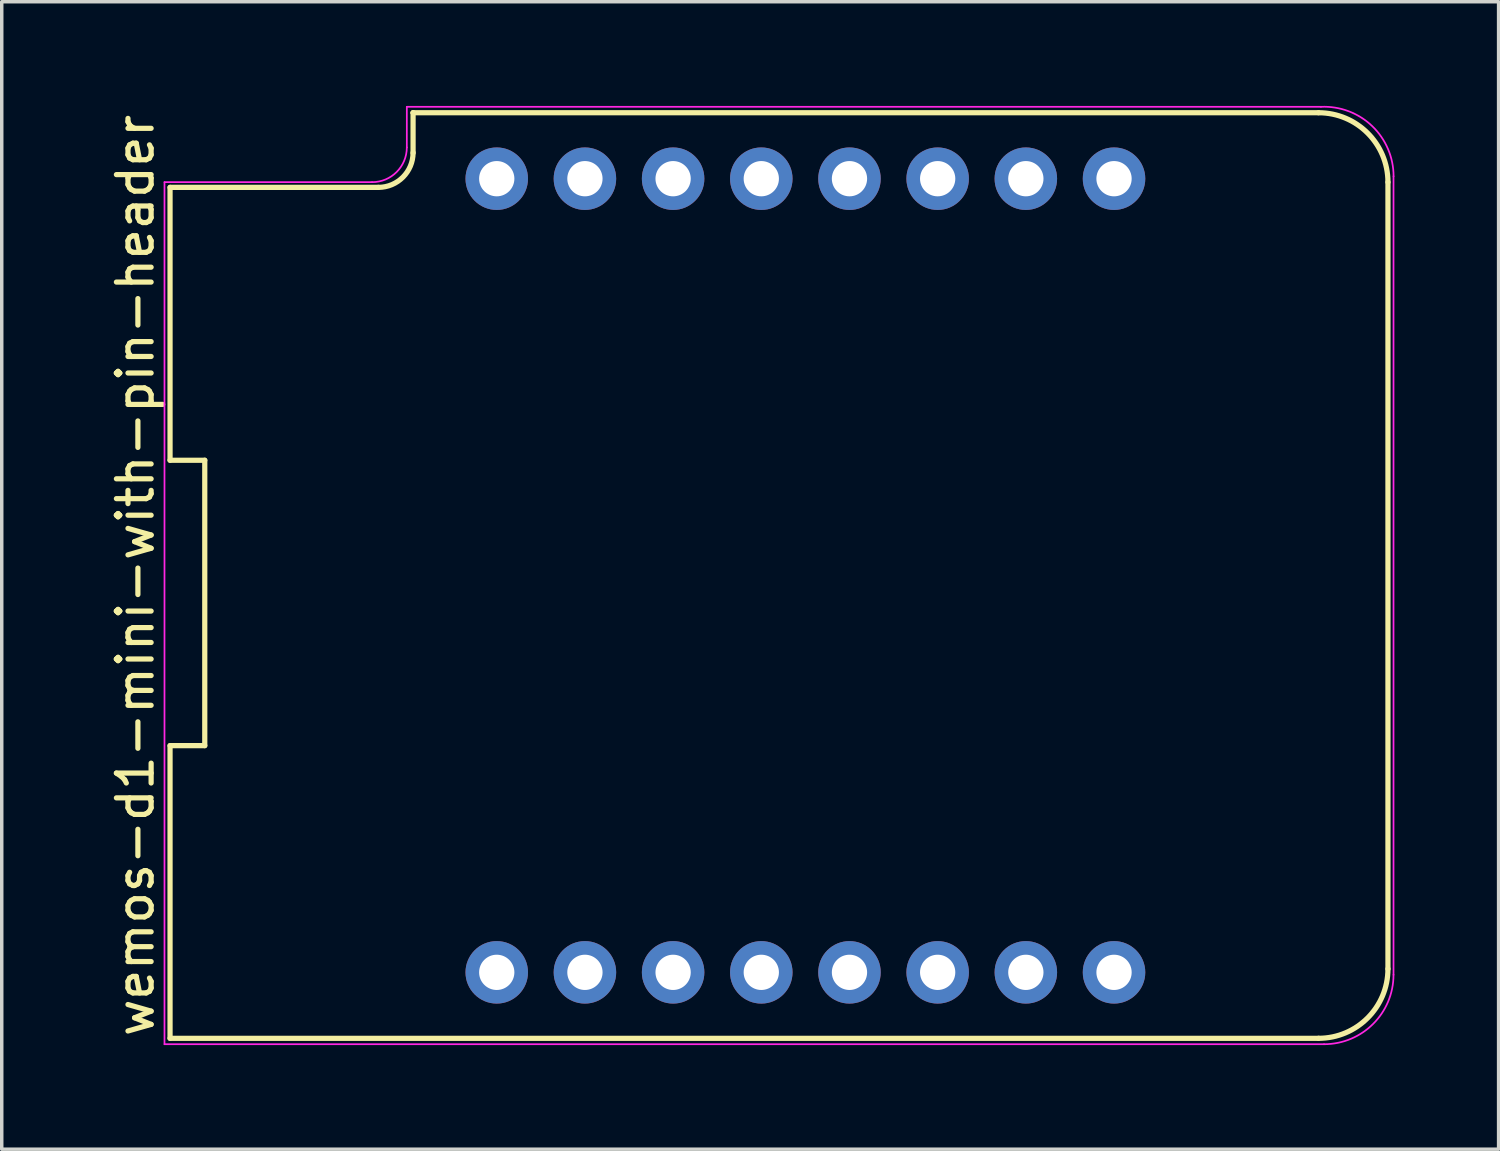
<source format=kicad_pcb>
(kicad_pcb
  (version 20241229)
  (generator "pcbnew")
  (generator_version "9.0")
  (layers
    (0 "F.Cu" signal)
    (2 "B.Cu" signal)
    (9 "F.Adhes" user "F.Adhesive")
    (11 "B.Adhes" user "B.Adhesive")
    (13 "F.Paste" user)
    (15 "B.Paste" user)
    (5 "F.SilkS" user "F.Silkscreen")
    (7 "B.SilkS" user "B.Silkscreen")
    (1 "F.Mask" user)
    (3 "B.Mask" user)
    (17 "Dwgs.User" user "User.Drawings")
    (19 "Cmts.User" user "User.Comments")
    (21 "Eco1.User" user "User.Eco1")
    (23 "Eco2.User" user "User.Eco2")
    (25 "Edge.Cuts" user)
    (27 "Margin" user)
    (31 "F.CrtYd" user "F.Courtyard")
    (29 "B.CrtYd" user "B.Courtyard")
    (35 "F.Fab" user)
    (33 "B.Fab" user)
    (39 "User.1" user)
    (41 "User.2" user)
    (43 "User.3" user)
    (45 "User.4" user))
  (footprint "wemos-d1-mini-with-pin-header"
    (layer "F.Cu")
    (at 20.148 13.527)
    (property "Reference" "wemos-d1-mini-with-pin-header" (at -19.3 0 90) (layer "F.SilkS") (effects (font (size 1 1) (thickness 0.15))))
    (attr through_hole)
    (fp_line (start -18.3 -11.18) (end -18.3 -3.32) (stroke (width 0.15) (type solid)) (layer "F.SilkS"))
    (fp_line (start -18.3 -11.18) (end -12.3 -11.18) (stroke (width 0.15) (type solid)) (layer "F.SilkS"))
    (fp_line (start -18.3 -3.32) (end -17.3 -3.32) (stroke (width 0.15) (type solid)) (layer "F.SilkS"))
    (fp_line (start -18.3 4.9) (end -18.3 13.33) (stroke (width 0.15) (type solid)) (layer "F.SilkS"))
    (fp_line (start -18.3 13.33) (end 14.78 13.33) (stroke (width 0.15) (type solid)) (layer "F.SilkS"))
    (fp_line (start -17.3 -3.32) (end -17.3 4.9) (stroke (width 0.15) (type solid)) (layer "F.SilkS"))
    (fp_line (start -17.3 4.9) (end -18.3 4.9) (stroke (width 0.15) (type solid)) (layer "F.SilkS"))
    (fp_line (start -11.3 -13.33) (end -11.3 -13.33) (stroke (width 0.15) (type solid)) (layer "F.SilkS"))
    (fp_line (start -11.3 -12.17) (end -11.3 -13.33) (stroke (width 0.15) (type solid)) (layer "F.SilkS"))
    (fp_line (start 14.78 -13.33) (end -11.3 -13.33) (stroke (width 0.15) (type solid)) (layer "F.SilkS"))
    (fp_line (start 16.78 11.33) (end 16.78 -11.33) (stroke (width 0.15) (type solid)) (layer "F.SilkS"))
    (fp_arc (start -11.3 -12.18) (mid -11.592893 -11.472893) (end -12.3 -11.18) (stroke (width 0.15) (type solid)) (layer "F.SilkS"))
    (fp_arc (start 14.78 -13.33) (mid 16.194214 -12.744214) (end 16.78 -11.33) (stroke (width 0.15) (type solid)) (layer "F.SilkS"))
    (fp_arc (start 16.78 11.33) (mid 16.194214 12.744214) (end 14.78 13.33) (stroke (width 0.15) (type solid)) (layer "F.SilkS"))
    (fp_line (start -18.46 -11.33) (end -12.48 -11.33) (stroke (width 0.05) (type solid)) (layer "F.CrtYd"))
    (fp_line (start -18.46 13.5) (end -18.46 -11.33) (stroke (width 0.05) (type solid)) (layer "F.CrtYd"))
    (fp_line (start -11.48 -13.5) (end -11.48 -12.33) (stroke (width 0.05) (type solid)) (layer "F.CrtYd"))
    (fp_line (start -11.48 -13.5) (end 14.85 -13.5) (stroke (width 0.05) (type solid)) (layer "F.CrtYd"))
    (fp_line (start 14.94 13.5) (end -18.46 13.5) (stroke (width 0.05) (type solid)) (layer "F.CrtYd"))
    (fp_line (start 16.94 -11.5) (end 16.94 11.5) (stroke (width 0.05) (type solid)) (layer "F.CrtYd"))
    (fp_arc (start -11.48 -12.33) (mid -11.772893 -11.622893) (end -12.48 -11.33) (stroke (width 0.05) (type solid)) (layer "F.CrtYd"))
    (fp_arc (start 14.85 -13.5) (mid 16.323459 -12.947115) (end 16.942024 -11.5) (stroke (width 0.05) (type solid)) (layer "F.CrtYd"))
    (fp_arc (start 16.94 11.5) (mid 16.354214 12.914214) (end 14.94 13.5) (stroke (width 0.05) (type solid)) (layer "F.CrtYd"))
    (pad "1" thru_hole circle (at 8.89 -11.43) (size 1.8 1.8) (drill 1.016) (layers "*.Cu" "*.Mask"))
    (pad "2" thru_hole circle (at 6.35 -11.43) (size 1.8 1.8) (drill 1.016) (layers "*.Cu" "*.Mask"))
    (pad "3" thru_hole circle (at 3.81 -11.43) (size 1.8 1.8) (drill 1.016) (layers "*.Cu" "*.Mask"))
    (pad "4" thru_hole circle (at 1.27 -11.43) (size 1.8 1.8) (drill 1.016) (layers "*.Cu" "*.Mask"))
    (pad "5" thru_hole circle (at -1.27 -11.43) (size 1.8 1.8) (drill 1.016) (layers "*.Cu" "*.Mask"))
    (pad "6" thru_hole circle (at -3.81 -11.43) (size 1.8 1.8) (drill 1.016) (layers "*.Cu" "*.Mask"))
    (pad "7" thru_hole circle (at -6.35 -11.43) (size 1.8 1.8) (drill 1.016) (layers "*.Cu" "*.Mask"))
    (pad "8" thru_hole circle (at -8.89 -11.43) (size 1.8 1.8) (drill 1.016) (layers "*.Cu" "*.Mask"))
    (pad "9" thru_hole circle (at -8.89 11.43) (size 1.8 1.8) (drill 1.016) (layers "*.Cu" "*.Mask"))
    (pad "10" thru_hole circle (at -6.35 11.43) (size 1.8 1.8) (drill 1.016) (layers "*.Cu" "*.Mask"))
    (pad "11" thru_hole circle (at -3.81 11.43) (size 1.8 1.8) (drill 1.016) (layers "*.Cu" "*.Mask"))
    (pad "12" thru_hole circle (at -1.27 11.43) (size 1.8 1.8) (drill 1.016) (layers "*.Cu" "*.Mask"))
    (pad "13" thru_hole circle (at 1.27 11.43) (size 1.8 1.8) (drill 1.016) (layers "*.Cu" "*.Mask"))
    (pad "14" thru_hole circle (at 3.81 11.43) (size 1.8 1.8) (drill 1.016) (layers "*.Cu" "*.Mask"))
    (pad "15" thru_hole circle (at 6.35 11.43) (size 1.8 1.8) (drill 1.016) (layers "*.Cu" "*.Mask"))
    (pad "16" thru_hole circle (at 8.89 11.43) (size 1.8 1.8) (drill 1.016) (layers "*.Cu" "*.Mask")))
  (gr_rect
    (start -3 -3)
    (end 40.115 30.052)
    (stroke (width 0.1) (type default))
    (fill no)
    (layer "Edge.Cuts")))
</source>
